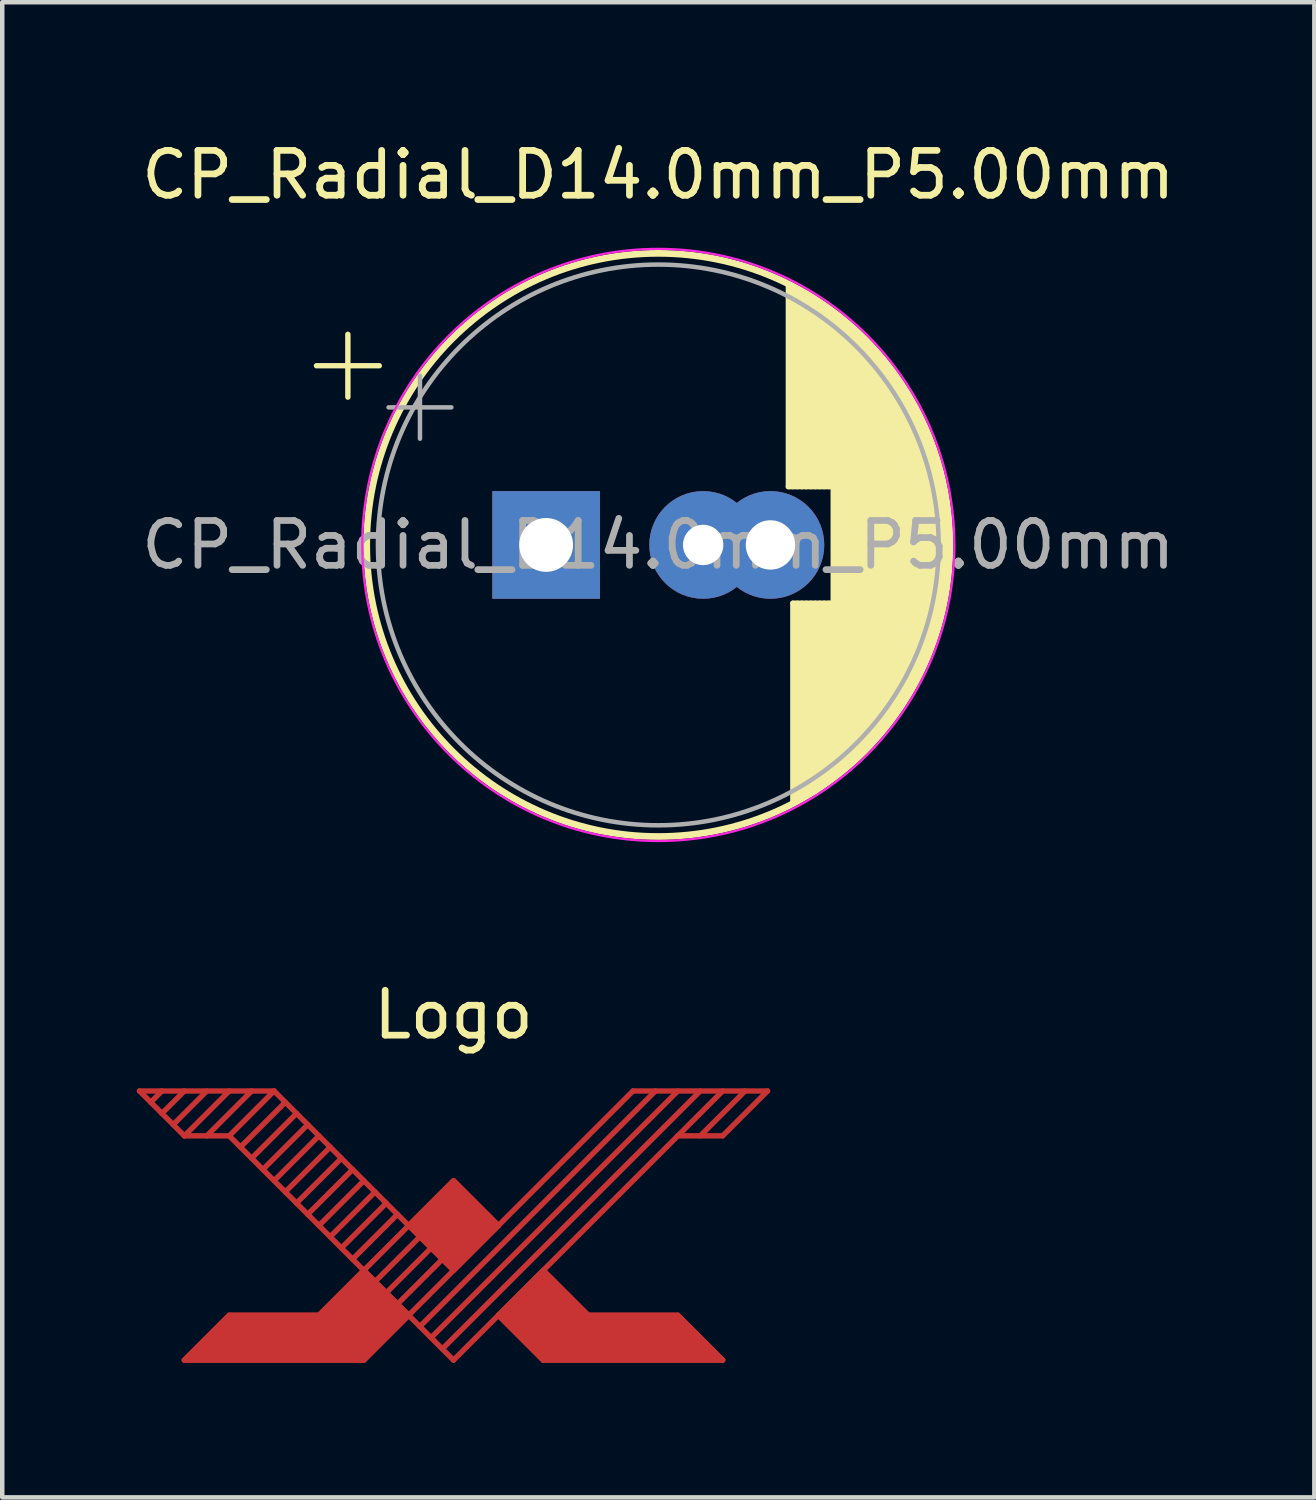
<source format=kicad_pcb>
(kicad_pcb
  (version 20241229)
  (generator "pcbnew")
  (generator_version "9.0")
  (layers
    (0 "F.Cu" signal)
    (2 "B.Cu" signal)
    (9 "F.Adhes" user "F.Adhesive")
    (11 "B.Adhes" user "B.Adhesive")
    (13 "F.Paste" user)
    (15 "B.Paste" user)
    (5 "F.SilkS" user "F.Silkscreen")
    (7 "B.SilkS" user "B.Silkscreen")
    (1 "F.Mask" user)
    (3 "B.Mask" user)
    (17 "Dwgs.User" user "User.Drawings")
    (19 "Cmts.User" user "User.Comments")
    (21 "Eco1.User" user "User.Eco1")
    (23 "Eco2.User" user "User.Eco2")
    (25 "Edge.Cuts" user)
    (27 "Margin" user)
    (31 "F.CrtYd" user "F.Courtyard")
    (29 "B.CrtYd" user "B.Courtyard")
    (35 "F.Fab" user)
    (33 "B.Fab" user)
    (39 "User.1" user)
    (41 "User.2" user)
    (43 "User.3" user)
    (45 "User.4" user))
  (footprint "CP_Radial_D14.0mm_P5.00mm"
    (layer "F.Cu")
    (at 9.125 9.098)
    (property "Reference" "CP_Radial_D14.0mm_P5.00mm" (at 2.5 -8.25 0) (layer "F.SilkS") (effects (font (size 1 1) (thickness 0.15))))
    (attr through_hole)
    (fp_line (start -5.12 -3.995) (end -3.72 -3.995) (stroke (width 0.12) (type solid)) (layer "F.SilkS"))
    (fp_line (start -4.42 -4.695) (end -4.42 -3.295) (stroke (width 0.12) (type solid)) (layer "F.SilkS"))
    (fp_line (start 5.4 -5.8) (end 5.4 -1.3) (stroke (width 0.12) (type solid)) (layer "F.SilkS"))
    (fp_line (start 5.4 -1.3) (end 6.4 -1.3) (stroke (width 0.12) (type solid)) (layer "F.SilkS"))
    (fp_line (start 5.5 -5.7) (end 5.5 -1.3) (stroke (width 0.12) (type solid)) (layer "F.SilkS"))
    (fp_line (start 5.5 1.3) (end 6.5 1.3) (stroke (width 0.12) (type solid)) (layer "F.SilkS"))
    (fp_line (start 5.5 5.7) (end 5.5 1.3) (stroke (width 0.12) (type solid)) (layer "F.SilkS"))
    (fp_line (start 5.6 -5.7) (end 5.6 -1.3) (stroke (width 0.12) (type solid)) (layer "F.SilkS"))
    (fp_line (start 5.6 5.7) (end 5.6 1.3) (stroke (width 0.12) (type solid)) (layer "F.SilkS"))
    (fp_line (start 5.7 -5.6) (end 5.7 -1.3) (stroke (width 0.12) (type solid)) (layer "F.SilkS"))
    (fp_line (start 5.7 5.6) (end 5.7 1.3) (stroke (width 0.12) (type solid)) (layer "F.SilkS"))
    (fp_line (start 5.8 -5.5) (end 5.8 -1.3) (stroke (width 0.12) (type solid)) (layer "F.SilkS"))
    (fp_line (start 5.8 5.6) (end 5.8 1.3) (stroke (width 0.12) (type solid)) (layer "F.SilkS"))
    (fp_line (start 5.9 -5.5) (end 5.9 -1.3) (stroke (width 0.12) (type solid)) (layer "F.SilkS"))
    (fp_line (start 5.9 5.5) (end 5.9 1.3) (stroke (width 0.12) (type solid)) (layer "F.SilkS"))
    (fp_line (start 6 -5.4) (end 6 -1.3) (stroke (width 0.12) (type solid)) (layer "F.SilkS"))
    (fp_line (start 6 5.5) (end 6 1.3) (stroke (width 0.12) (type solid)) (layer "F.SilkS"))
    (fp_line (start 6.1 -5.4) (end 6.1 -1.3) (stroke (width 0.12) (type solid)) (layer "F.SilkS"))
    (fp_line (start 6.1 5.4) (end 6.1 1.3) (stroke (width 0.12) (type solid)) (layer "F.SilkS"))
    (fp_line (start 6.2 -5.3) (end 6.2 -1.3) (stroke (width 0.12) (type solid)) (layer "F.SilkS"))
    (fp_line (start 6.2 1.3) (end 6.2 5.3) (stroke (width 0.12) (type solid)) (layer "F.SilkS"))
    (fp_line (start 6.3 -5.2) (end 6.3 -1.3) (stroke (width 0.12) (type solid)) (layer "F.SilkS"))
    (fp_line (start 6.3 5.2) (end 6.3 1.3) (stroke (width 0.12) (type solid)) (layer "F.SilkS"))
    (fp_line (start 6.4 5.2) (end 6.4 -5.1) (stroke (width 0.12) (type solid)) (layer "F.SilkS"))
    (fp_line (start 6.5 -5.1) (end 6.5 5.1) (stroke (width 0.12) (type solid)) (layer "F.SilkS"))
    (fp_line (start 6.6 5) (end 6.6 -5) (stroke (width 0.12) (type solid)) (layer "F.SilkS"))
    (fp_line (start 6.7 -4.9) (end 6.7 4.9) (stroke (width 0.12) (type solid)) (layer "F.SilkS"))
    (fp_line (start 6.8 -4.8) (end 6.8 4.8) (stroke (width 0.12) (type solid)) (layer "F.SilkS"))
    (fp_line (start 6.9 4.7) (end 6.9 -4.7) (stroke (width 0.12) (type solid)) (layer "F.SilkS"))
    (fp_line (start 7 -4.6) (end 7 4.6) (stroke (width 0.12) (type solid)) (layer "F.SilkS"))
    (fp_line (start 7.1 4.5) (end 7.1 -4.5) (stroke (width 0.12) (type solid)) (layer "F.SilkS"))
    (fp_line (start 7.2 -4.4) (end 7.2 4.4) (stroke (width 0.12) (type solid)) (layer "F.SilkS"))
    (fp_line (start 7.3 4.3) (end 7.3 -4.3) (stroke (width 0.12) (type solid)) (layer "F.SilkS"))
    (fp_line (start 7.4 -4.2) (end 7.4 4.2) (stroke (width 0.12) (type solid)) (layer "F.SilkS"))
    (fp_line (start 7.5 4.1) (end 7.5 -4.1) (stroke (width 0.12) (type solid)) (layer "F.SilkS"))
    (fp_line (start 7.6 4) (end 7.6 -4) (stroke (width 0.12) (type solid)) (layer "F.SilkS"))
    (fp_line (start 7.7 3.9) (end 7.7 -3.9) (stroke (width 0.12) (type solid)) (layer "F.SilkS"))
    (fp_line (start 7.8 -3.7) (end 7.8 3.7) (stroke (width 0.12) (type solid)) (layer "F.SilkS"))
    (fp_line (start 7.9 3.6) (end 7.9 -3.6) (stroke (width 0.12) (type solid)) (layer "F.SilkS"))
    (fp_line (start 8 -3.4) (end 8 3.4) (stroke (width 0.12) (type solid)) (layer "F.SilkS"))
    (fp_line (start 8.1 3.3) (end 8.1 -3.2) (stroke (width 0.12) (type solid)) (layer "F.SilkS"))
    (fp_line (start 8.2 -3.1) (end 8.2 3.1) (stroke (width 0.12) (type solid)) (layer "F.SilkS"))
    (fp_line (start 8.3 2.9) (end 8.3 -2.9) (stroke (width 0.12) (type solid)) (layer "F.SilkS"))
    (fp_line (start 8.4 -2.7) (end 8.4 2.7) (stroke (width 0.12) (type solid)) (layer "F.SilkS"))
    (fp_line (start 8.5 2.4) (end 8.5 -2.5) (stroke (width 0.12) (type solid)) (layer "F.SilkS"))
    (fp_line (start 8.6 2.2) (end 8.6 -2.2) (stroke (width 0.12) (type solid)) (layer "F.SilkS"))
    (fp_line (start 8.7 1.9) (end 8.7 -1.9) (stroke (width 0.12) (type solid)) (layer "F.SilkS"))
    (fp_line (start 8.8 1.6) (end 8.8 -1.5) (stroke (width 0.12) (type solid)) (layer "F.SilkS"))
    (fp_line (start 8.9 1) (end 8.9 -1) (stroke (width 0.12) (type solid)) (layer "F.SilkS"))
    (fp_circle (center 2.5 0) (end 9 0) (stroke (width 0.15) (type solid)) (fill no) (layer "F.SilkS"))
    (fp_circle (center 2.5 0) (end 9.1 0) (stroke (width 0.05) (type solid)) (fill no) (layer "F.CrtYd"))
    (fp_line (start -3.513 -3.067) (end -2.113 -3.067) (stroke (width 0.1) (type solid)) (layer "F.Fab"))
    (fp_line (start -2.813 -3.768) (end -2.813 -2.368) (stroke (width 0.1) (type solid)) (layer "F.Fab"))
    (fp_circle (center 2.5 0) (end 8.75 0) (stroke (width 0.1) (type solid)) (fill no) (layer "F.Fab"))
    (fp_text user "${REFERENCE}" (at 2.5 0 0) (layer "F.Fab") (effects (font (size 1 1) (thickness 0.15))))
    (pad "1" thru_hole rect (at 0 0) (size 2.4 2.4) (drill 1.2) (layers "*.Cu" "*.Mask"))
    (pad "2" thru_hole circle (at 3.5 0) (size 2.4 2.4) (drill 0.9) (layers "*.Cu" "*.Mask"))
    (pad "2" thru_hole circle (at 5 0) (size 2.4 2.4) (drill 1.1) (layers "*.Cu" "*.Mask")))
  (footprint "Logo"
    (layer "F.Cu")
    (at 7.06 25.271)
    (property "Reference" "Logo" (at 0 -5.7 0) (unlocked yes) (layer "F.SilkS") (effects (font (size 1 1) (thickness 0.15))))
    (attr smd)
    (fp_line (start -7 -4) (end -6 -3) (stroke (width 0.12) (type solid)) (layer "F.Cu"))
    (fp_line (start -6.75 -3.75) (end -6.5 -4) (stroke (width 0.12) (type solid)) (layer "F.Cu"))
    (fp_line (start -6.5 -3.5) (end -6 -4) (stroke (width 0.12) (type solid)) (layer "F.Cu"))
    (fp_line (start -6.25 -3.25) (end -5.5 -4) (stroke (width 0.12) (type solid)) (layer "F.Cu"))
    (fp_line (start -6 -3) (end -5 -4) (stroke (width 0.12) (type solid)) (layer "F.Cu"))
    (fp_line (start -6 -3) (end -5 -3) (stroke (width 0.12) (type solid)) (layer "F.Cu"))
    (fp_line (start -6 2) (end -3 2) (stroke (width 0.12) (type solid)) (layer "F.Cu"))
    (fp_line (start -5.5 -3) (end -4.5 -4) (stroke (width 0.12) (type solid)) (layer "F.Cu"))
    (fp_line (start -5 -3) (end -4 -4) (stroke (width 0.12) (type solid)) (layer "F.Cu"))
    (fp_line (start -5 -3) (end 0 2) (stroke (width 0.12) (type solid)) (layer "F.Cu"))
    (fp_line (start -5 1) (end -6 2) (stroke (width 0.12) (type solid)) (layer "F.Cu"))
    (fp_line (start -4.75 -2.75) (end -3.75 -3.75) (stroke (width 0.12) (type solid)) (layer "F.Cu"))
    (fp_line (start -4.5 -2.5) (end -3.5 -3.5) (stroke (width 0.12) (type solid)) (layer "F.Cu"))
    (fp_line (start -4.25 -2.25) (end -3.25 -3.25) (stroke (width 0.12) (type solid)) (layer "F.Cu"))
    (fp_line (start -4 -4) (end -7 -4) (stroke (width 0.12) (type solid)) (layer "F.Cu"))
    (fp_line (start -4 -2) (end -3 -3) (stroke (width 0.12) (type solid)) (layer "F.Cu"))
    (fp_line (start -3.75 -1.75) (end -2.75 -2.75) (stroke (width 0.12) (type solid)) (layer "F.Cu"))
    (fp_line (start -3.5 -1.5) (end -2.5 -2.5) (stroke (width 0.12) (type solid)) (layer "F.Cu"))
    (fp_line (start -3.25 -1.25) (end -2.25 -2.25) (stroke (width 0.12) (type solid)) (layer "F.Cu"))
    (fp_line (start -3 -1) (end -2 -2) (stroke (width 0.12) (type solid)) (layer "F.Cu"))
    (fp_line (start -3 1) (end -5 1) (stroke (width 0.12) (type solid)) (layer "F.Cu"))
    (fp_line (start -3 2) (end -2 2) (stroke (width 0.12) (type solid)) (layer "F.Cu"))
    (fp_line (start -2.75 -0.75) (end -1.75 -1.75) (stroke (width 0.12) (type solid)) (layer "F.Cu"))
    (fp_line (start -2.5 -0.5) (end -1.5 -1.5) (stroke (width 0.12) (type solid)) (layer "F.Cu"))
    (fp_line (start -2.25 -0.25) (end -1.25 -1.25) (stroke (width 0.12) (type solid)) (layer "F.Cu"))
    (fp_line (start -2 0) (end -3 1) (stroke (width 0.12) (type solid)) (layer "F.Cu"))
    (fp_line (start -2 0) (end -1 -1) (stroke (width 0.12) (type solid)) (layer "F.Cu"))
    (fp_line (start -2 2) (end -1 1) (stroke (width 0.12) (type solid)) (layer "F.Cu"))
    (fp_line (start -1.75 0.25) (end -0.75 -0.75) (stroke (width 0.12) (type solid)) (layer "F.Cu"))
    (fp_line (start -1.25 0.75) (end -0.25 -0.25) (stroke (width 0.12) (type solid)) (layer "F.Cu"))
    (fp_line (start -1 -1) (end -4 -4) (stroke (width 0.12) (type solid)) (layer "F.Cu"))
    (fp_line (start -1 -1) (end 0 -2) (stroke (width 0.12) (type solid)) (layer "F.Cu"))
    (fp_line (start -1 1) (end 1 -1) (stroke (width 0.12) (type solid)) (layer "F.Cu"))
    (fp_line (start -0.75 1.25) (end 4.5 -4) (stroke (width 0.12) (type solid)) (layer "F.Cu"))
    (fp_line (start -0.5 -0.5) (end -1.5 0.5) (stroke (width 0.12) (type solid)) (layer "F.Cu"))
    (fp_line (start -0.5 1.5) (end 5 -4) (stroke (width 0.12) (type solid)) (layer "F.Cu"))
    (fp_line (start -0.25 1.75) (end 5.5 -4) (stroke (width 0.12) (type solid)) (layer "F.Cu"))
    (fp_line (start 0 -2) (end 1 -1) (stroke (width 0.12) (type solid)) (layer "F.Cu"))
    (fp_line (start 0 2) (end 5 -3) (stroke (width 0.12) (type solid)) (layer "F.Cu"))
    (fp_line (start 1 1) (end 2 2) (stroke (width 0.12) (type solid)) (layer "F.Cu"))
    (fp_line (start 2 2) (end 6 2) (stroke (width 0.12) (type solid)) (layer "F.Cu"))
    (fp_line (start 3 1) (end 2 0) (stroke (width 0.12) (type solid)) (layer "F.Cu"))
    (fp_line (start 4 -4) (end 1 -1) (stroke (width 0.12) (type solid)) (layer "F.Cu"))
    (fp_line (start 5 -3) (end 6 -4) (stroke (width 0.12) (type solid)) (layer "F.Cu"))
    (fp_line (start 5 -3) (end 6 -3) (stroke (width 0.12) (type solid)) (layer "F.Cu"))
    (fp_line (start 5 1) (end 3 1) (stroke (width 0.12) (type solid)) (layer "F.Cu"))
    (fp_line (start 5.5 -3) (end 6.5 -4) (stroke (width 0.12) (type solid)) (layer "F.Cu"))
    (fp_line (start 6 -3) (end 7 -4) (stroke (width 0.12) (type solid)) (layer "F.Cu"))
    (fp_line (start 6 2) (end 5 1) (stroke (width 0.12) (type solid)) (layer "F.Cu"))
    (fp_line (start 7 -4) (end 4 -4) (stroke (width 0.12) (type solid)) (layer "F.Cu"))
    (fp_poly (pts (xy 1 -1) (xy 0 0) (xy -1 -1) (xy 0 -2)) (stroke (width 0.12) (type solid)) (fill yes) (layer "F.Cu"))
    (fp_poly (pts (xy -1 1) (xy -2 2) (xy -6 2) (xy -5 1) (xy -3 1) (xy -2 0)) (stroke (width 0.12) (type solid)) (fill yes) (layer "F.Cu"))
    (fp_poly (pts (xy 1 1) (xy 2 2) (xy 6 2) (xy 5 1) (xy 3 1) (xy 2 0)) (stroke (width 0.12) (type solid)) (fill yes) (layer "F.Cu")))
  (gr_rect
    (start -3 -3)
    (end 26.25 30.331)
    (stroke (width 0.1) (type default))
    (fill no)
    (layer "Edge.Cuts")))
</source>
